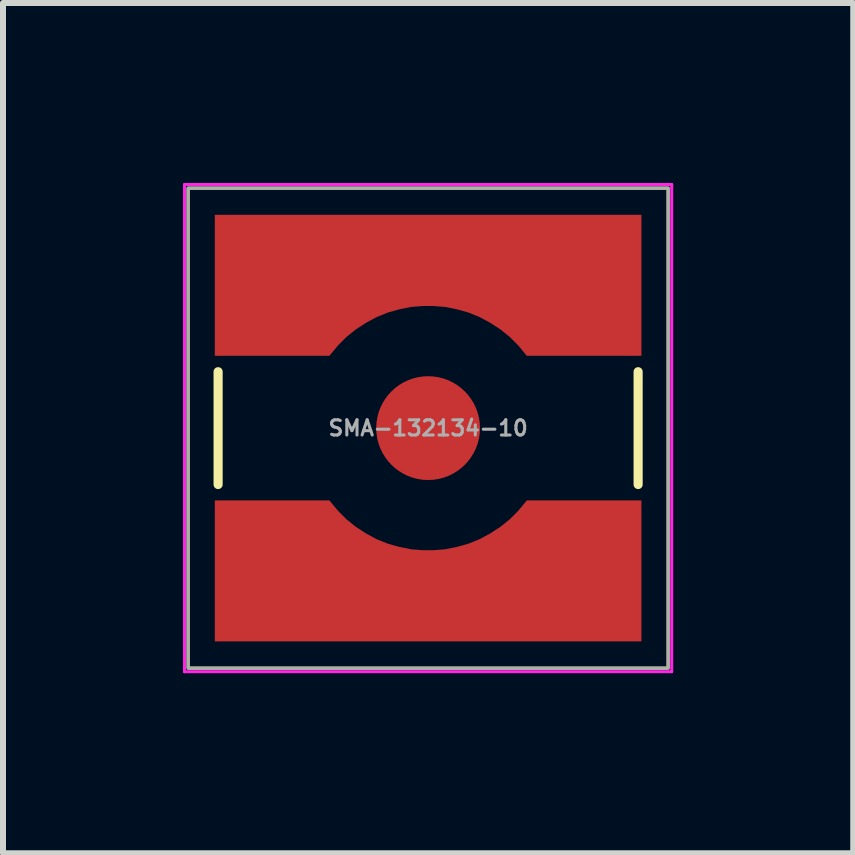
<source format=kicad_pcb>
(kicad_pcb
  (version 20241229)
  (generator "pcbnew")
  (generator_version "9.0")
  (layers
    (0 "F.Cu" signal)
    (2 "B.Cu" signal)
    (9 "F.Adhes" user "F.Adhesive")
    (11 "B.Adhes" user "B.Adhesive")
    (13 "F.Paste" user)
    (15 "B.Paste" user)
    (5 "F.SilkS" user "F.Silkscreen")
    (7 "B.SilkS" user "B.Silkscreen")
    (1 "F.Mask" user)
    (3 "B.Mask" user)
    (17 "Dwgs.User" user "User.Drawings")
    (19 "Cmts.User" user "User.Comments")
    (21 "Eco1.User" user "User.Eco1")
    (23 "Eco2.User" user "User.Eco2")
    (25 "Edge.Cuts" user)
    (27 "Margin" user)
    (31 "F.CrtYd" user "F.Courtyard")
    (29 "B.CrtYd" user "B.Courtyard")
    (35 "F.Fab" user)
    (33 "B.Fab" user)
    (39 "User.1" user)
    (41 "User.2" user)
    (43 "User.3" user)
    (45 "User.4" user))
  (footprint "SMA-132134-10"
    (layer "F.Cu")
    (at 4.085 4.085)
    (property "Reference" "SMA-132134-10" (at 0 0 0) (layer "F.Fab") (effects (font (size 0.254 0.254) (thickness 0.051))))
    (attr smd)
    (fp_line (start -3.5 -0.94) (end -3.5 0.94) (stroke (width 0.152) (type solid)) (layer "F.SilkS"))
    (fp_line (start 3.5 -0.94) (end 3.5 0.94) (stroke (width 0.152) (type solid)) (layer "F.SilkS"))
    (fp_rect (start -4 -4) (end 4 4) (stroke (width 0.051) (type solid)) (fill no) (layer "F.SilkS"))
    (fp_line (start -4.06 -4.06) (end -4.06 4.06) (stroke (width 0.05) (type solid)) (layer "F.CrtYd"))
    (fp_line (start -4.06 -4.06) (end 4.06 -4.06) (stroke (width 0.05) (type solid)) (layer "F.CrtYd"))
    (fp_line (start 4.06 4.06) (end -4.06 4.06) (stroke (width 0.05) (type solid)) (layer "F.CrtYd"))
    (fp_line (start 4.06 4.06) (end 4.06 -4.06) (stroke (width 0.05) (type solid)) (layer "F.CrtYd"))
    (fp_rect (start -4 -4) (end 4 4) (stroke (width 0.051) (type solid)) (fill no) (layer "F.Fab"))
    (pad "1" smd circle (at 0 0 90) (size 1.73 1.73) (layers "F.Cu" "F.Mask" "F.Paste"))
    (pad "2" smd custom (at 0 -2.8 180) (size 7.11 1.51) (layers "F.Cu" "F.Mask" "F.Paste") (options (anchor rect)) (primitives (gr_poly (pts (xy -1.5 -1.42) (xy -1.36 -1.28) (xy -1.205 -1.155) (xy -1.035 -1.045) (xy -0.86 -0.95) (xy -0.675 -0.875) (xy -0.48 -0.82) (xy -0.28 -0.78) (xy -0.085 -0.765) (xy 0 -0.765) (xy 0 0.755) (xy -3.555 0.755) (xy -3.555 -1.595) (xy -1.645 -1.595)) (width 0) (fill yes)) (gr_poly (pts (xy 3.555 0.755) (xy 0 0.755) (xy 0 -0.765) (xy 0.085 -0.765) (xy 0.28 -0.78) (xy 0.48 -0.82) (xy 0.675 -0.875) (xy 0.86 -0.95) (xy 1.035 -1.045) (xy 1.205 -1.155) (xy 1.36 -1.28) (xy 1.5 -1.42) (xy 1.645 -1.595) (xy 3.555 -1.595)) (width 0) (fill yes))))
    (pad "2" smd custom (at 0 2.8) (size 7.11 1.51) (layers "F.Cu" "F.Mask" "F.Paste") (options (anchor rect)) (primitives (gr_poly (pts (xy -1.5 -1.42) (xy -1.36 -1.28) (xy -1.205 -1.155) (xy -1.035 -1.045) (xy -0.86 -0.95) (xy -0.675 -0.875) (xy -0.48 -0.82) (xy -0.28 -0.78) (xy -0.085 -0.765) (xy 0 -0.765) (xy 0 0.755) (xy -3.555 0.755) (xy -3.555 -1.595) (xy -1.645 -1.595)) (width 0) (fill yes)) (gr_poly (pts (xy 3.555 0.755) (xy 0 0.755) (xy 0 -0.765) (xy 0.085 -0.765) (xy 0.28 -0.78) (xy 0.48 -0.82) (xy 0.675 -0.875) (xy 0.86 -0.95) (xy 1.035 -1.045) (xy 1.205 -1.155) (xy 1.36 -1.28) (xy 1.5 -1.42) (xy 1.645 -1.595) (xy 3.555 -1.595)) (width 0) (fill yes)))))
  (gr_rect
    (start -3 -3)
    (end 11.17 11.17)
    (stroke (width 0.1) (type default))
    (fill no)
    (layer "Edge.Cuts")))
</source>
